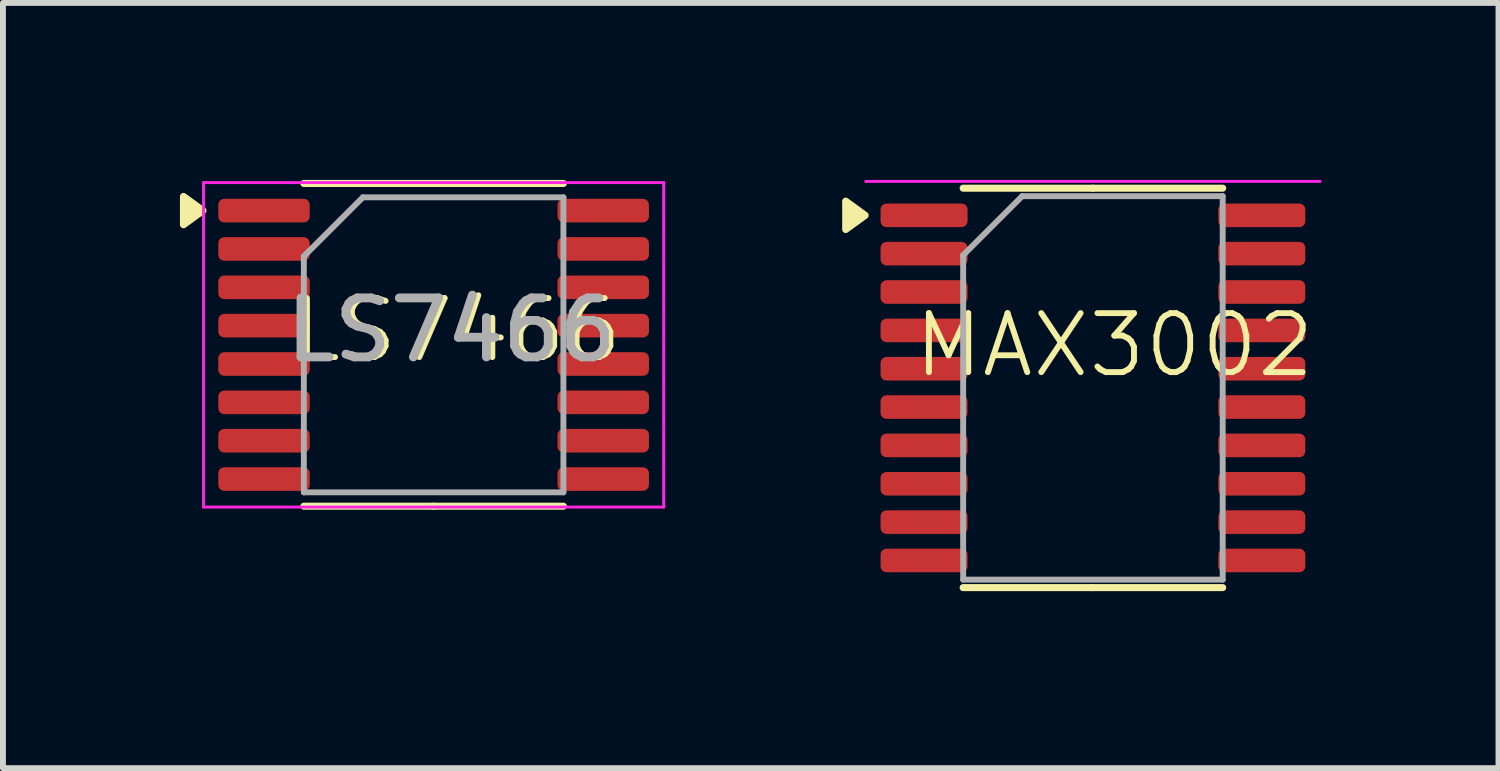
<source format=kicad_pcb>
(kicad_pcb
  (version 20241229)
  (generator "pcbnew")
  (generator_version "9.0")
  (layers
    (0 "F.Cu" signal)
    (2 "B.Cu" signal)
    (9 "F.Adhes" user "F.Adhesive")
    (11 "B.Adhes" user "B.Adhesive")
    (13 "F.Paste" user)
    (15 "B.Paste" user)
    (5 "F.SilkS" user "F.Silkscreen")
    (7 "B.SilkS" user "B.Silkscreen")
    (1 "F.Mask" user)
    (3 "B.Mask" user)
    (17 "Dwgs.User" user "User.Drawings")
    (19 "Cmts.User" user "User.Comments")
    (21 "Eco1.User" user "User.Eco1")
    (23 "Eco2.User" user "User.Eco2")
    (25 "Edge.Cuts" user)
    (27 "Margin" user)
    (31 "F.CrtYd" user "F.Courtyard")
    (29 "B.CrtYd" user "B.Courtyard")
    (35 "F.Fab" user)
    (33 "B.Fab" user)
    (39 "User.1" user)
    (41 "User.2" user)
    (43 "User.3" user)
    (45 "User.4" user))
  (footprint "LS7466"
    (layer "F.Cu")
    (at 4.1 3.045)
    (property "Reference" "LS7466" (at 0.6 -0.5 0) (unlocked yes) (layer "F.SilkS") (effects (font (size 1 1) (thickness 0.1))))
    (attr smd)
    (fp_line (start 0.2 -2.985) (end -2 -2.985) (stroke (width 0.12) (type solid)) (layer "F.SilkS"))
    (fp_line (start 0.2 -2.985) (end 2.4 -2.985) (stroke (width 0.12) (type solid)) (layer "F.SilkS"))
    (fp_line (start 0.2 2.485) (end -2 2.485) (stroke (width 0.12) (type solid)) (layer "F.SilkS"))
    (fp_line (start 0.2 2.485) (end 2.4 2.485) (stroke (width 0.12) (type solid)) (layer "F.SilkS"))
    (fp_poly (pts (xy -3.71 -2.525) (xy -4.04 -2.765) (xy -4.04 -2.285) (xy -3.71 -2.525)) (stroke (width 0.12) (type solid)) (fill yes) (layer "F.SilkS"))
    (fp_line (start -3.7 -3) (end -3.7 2.5) (stroke (width 0.05) (type solid)) (layer "F.CrtYd"))
    (fp_line (start -3.7 2.5) (end 4.1 2.5) (stroke (width 0.05) (type solid)) (layer "F.CrtYd"))
    (fp_line (start 4.1 -3) (end -3.7 -3) (stroke (width 0.05) (type solid)) (layer "F.CrtYd"))
    (fp_line (start 4.1 2.5) (end 4.1 -3) (stroke (width 0.05) (type solid)) (layer "F.CrtYd"))
    (fp_line (start -2 -1.75) (end -1 -2.75) (stroke (width 0.1) (type solid)) (layer "F.Fab"))
    (fp_line (start -2 2.25) (end -2 -1.75) (stroke (width 0.1) (type solid)) (layer "F.Fab"))
    (fp_line (start -1 -2.75) (end 2.4 -2.75) (stroke (width 0.1) (type solid)) (layer "F.Fab"))
    (fp_line (start 2.4 -2.75) (end 2.4 2.25) (stroke (width 0.1) (type solid)) (layer "F.Fab"))
    (fp_line (start 2.4 2.25) (end -2 2.25) (stroke (width 0.1) (type solid)) (layer "F.Fab"))
    (fp_text user "${REFERENCE}" (at 0.5 -0.5 0) (layer "F.Fab") (effects (font (size 1 1) (thickness 0.15))))
    (pad "1" smd roundrect (at -2.675 -2.525) (size 1.55 0.4) (layers "F.Cu" "F.Mask" "F.Paste") (roundrect_rratio 0.25))
    (pad "2" smd roundrect (at -2.675 -1.875) (size 1.55 0.4) (layers "F.Cu" "F.Mask" "F.Paste") (roundrect_rratio 0.25))
    (pad "3" smd roundrect (at -2.675 -1.225) (size 1.55 0.4) (layers "F.Cu" "F.Mask" "F.Paste") (roundrect_rratio 0.25))
    (pad "4" smd roundrect (at -2.675 -0.575) (size 1.55 0.4) (layers "F.Cu" "F.Mask" "F.Paste") (roundrect_rratio 0.25))
    (pad "5" smd roundrect (at -2.675 0.075) (size 1.55 0.4) (layers "F.Cu" "F.Mask" "F.Paste") (roundrect_rratio 0.25))
    (pad "6" smd roundrect (at -2.675 0.725) (size 1.55 0.4) (layers "F.Cu" "F.Mask" "F.Paste") (roundrect_rratio 0.25))
    (pad "7" smd roundrect (at -2.675 1.375) (size 1.55 0.4) (layers "F.Cu" "F.Mask" "F.Paste") (roundrect_rratio 0.25))
    (pad "8" smd roundrect (at -2.675 2.025) (size 1.55 0.4) (layers "F.Cu" "F.Mask" "F.Paste") (roundrect_rratio 0.25))
    (pad "9" smd roundrect (at 3.075 2.025) (size 1.55 0.4) (layers "F.Cu" "F.Mask" "F.Paste") (roundrect_rratio 0.25))
    (pad "10" smd roundrect (at 3.075 1.375) (size 1.55 0.4) (layers "F.Cu" "F.Mask" "F.Paste") (roundrect_rratio 0.25))
    (pad "11" smd roundrect (at 3.075 0.725) (size 1.55 0.4) (layers "F.Cu" "F.Mask" "F.Paste") (roundrect_rratio 0.25))
    (pad "12" smd roundrect (at 3.075 0.075) (size 1.55 0.4) (layers "F.Cu" "F.Mask" "F.Paste") (roundrect_rratio 0.25))
    (pad "13" smd roundrect (at 3.075 -0.575) (size 1.55 0.4) (layers "F.Cu" "F.Mask" "F.Paste") (roundrect_rratio 0.25))
    (pad "14" smd roundrect (at 3.075 -1.225) (size 1.55 0.4) (layers "F.Cu" "F.Mask" "F.Paste") (roundrect_rratio 0.25))
    (pad "15" smd roundrect (at 3.075 -1.875) (size 1.55 0.4) (layers "F.Cu" "F.Mask" "F.Paste") (roundrect_rratio 0.25))
    (pad "16" smd roundrect (at 3.075 -2.525) (size 1.55 0.4) (layers "F.Cu" "F.Mask" "F.Paste") (roundrect_rratio 0.25)))
  (footprint "MAX3002"
    (layer "F.Cu")
    (at 15.838 3.3)
    (property "Reference" "MAX3002" (at 0 -0.5 0) (unlocked yes) (layer "F.SilkS") (effects (font (size 1 1) (thickness 0.1))))
    (attr smd)
    (fp_line (start -0.362 -3.16) (end -2.562 -3.16) (stroke (width 0.12) (type solid)) (layer "F.SilkS"))
    (fp_line (start -0.362 -3.16) (end 1.837 -3.16) (stroke (width 0.12) (type solid)) (layer "F.SilkS"))
    (fp_line (start -0.362 3.61) (end -2.562 3.61) (stroke (width 0.12) (type solid)) (layer "F.SilkS"))
    (fp_line (start -0.362 3.61) (end 1.837 3.61) (stroke (width 0.12) (type solid)) (layer "F.SilkS"))
    (fp_poly (pts (xy -4.223 -2.7) (xy -4.553 -2.94) (xy -4.553 -2.46) (xy -4.223 -2.7)) (stroke (width 0.12) (type solid)) (fill yes) (layer "F.SilkS"))
    (fp_line (start 3.487 -3.275) (end -4.213 -3.275) (stroke (width 0.05) (type solid)) (layer "F.CrtYd"))
    (fp_line (start -2.562 -2.025) (end -1.562 -3.025) (stroke (width 0.1) (type solid)) (layer "F.Fab"))
    (fp_line (start -2.562 3.475) (end -2.562 -2.025) (stroke (width 0.1) (type solid)) (layer "F.Fab"))
    (fp_line (start -1.562 -3.025) (end 1.837 -3.025) (stroke (width 0.1) (type solid)) (layer "F.Fab"))
    (fp_line (start 1.837 -3.025) (end 1.837 3.475) (stroke (width 0.1) (type solid)) (layer "F.Fab"))
    (fp_line (start 1.837 3.475) (end -2.562 3.475) (stroke (width 0.1) (type solid)) (layer "F.Fab"))
    (pad "1" smd roundrect (at -3.225 -2.7) (size 1.475 0.4) (layers "F.Cu" "F.Mask" "F.Paste") (roundrect_rratio 0.25))
    (pad "2" smd roundrect (at -3.225 -2.05) (size 1.475 0.4) (layers "F.Cu" "F.Mask" "F.Paste") (roundrect_rratio 0.25))
    (pad "3" smd roundrect (at -3.225 -1.4) (size 1.475 0.4) (layers "F.Cu" "F.Mask" "F.Paste") (roundrect_rratio 0.25))
    (pad "4" smd roundrect (at -3.225 -0.75) (size 1.475 0.4) (layers "F.Cu" "F.Mask" "F.Paste") (roundrect_rratio 0.25))
    (pad "5" smd roundrect (at -3.225 -0.1) (size 1.475 0.4) (layers "F.Cu" "F.Mask" "F.Paste") (roundrect_rratio 0.25))
    (pad "6" smd roundrect (at -3.225 0.55) (size 1.475 0.4) (layers "F.Cu" "F.Mask" "F.Paste") (roundrect_rratio 0.25))
    (pad "7" smd roundrect (at -3.225 1.2) (size 1.475 0.4) (layers "F.Cu" "F.Mask" "F.Paste") (roundrect_rratio 0.25))
    (pad "8" smd roundrect (at -3.225 1.85) (size 1.475 0.4) (layers "F.Cu" "F.Mask" "F.Paste") (roundrect_rratio 0.25))
    (pad "9" smd roundrect (at -3.225 2.5) (size 1.475 0.4) (layers "F.Cu" "F.Mask" "F.Paste") (roundrect_rratio 0.25))
    (pad "10" smd roundrect (at -3.225 3.15) (size 1.475 0.4) (layers "F.Cu" "F.Mask" "F.Paste") (roundrect_rratio 0.25))
    (pad "11" smd roundrect (at 2.5 3.15) (size 1.475 0.4) (layers "F.Cu" "F.Mask" "F.Paste") (roundrect_rratio 0.25))
    (pad "12" smd roundrect (at 2.5 2.5) (size 1.475 0.4) (layers "F.Cu" "F.Mask" "F.Paste") (roundrect_rratio 0.25))
    (pad "13" smd roundrect (at 2.5 1.85) (size 1.475 0.4) (layers "F.Cu" "F.Mask" "F.Paste") (roundrect_rratio 0.25))
    (pad "14" smd roundrect (at 2.5 1.2) (size 1.475 0.4) (layers "F.Cu" "F.Mask" "F.Paste") (roundrect_rratio 0.25))
    (pad "15" smd roundrect (at 2.5 0.55) (size 1.475 0.4) (layers "F.Cu" "F.Mask" "F.Paste") (roundrect_rratio 0.25))
    (pad "16" smd roundrect (at 2.5 -0.1) (size 1.475 0.4) (layers "F.Cu" "F.Mask" "F.Paste") (roundrect_rratio 0.25))
    (pad "17" smd roundrect (at 2.5 -0.75) (size 1.475 0.4) (layers "F.Cu" "F.Mask" "F.Paste") (roundrect_rratio 0.25))
    (pad "18" smd roundrect (at 2.5 -1.4) (size 1.475 0.4) (layers "F.Cu" "F.Mask" "F.Paste") (roundrect_rratio 0.25))
    (pad "19" smd roundrect (at 2.5 -2.05) (size 1.475 0.4) (layers "F.Cu" "F.Mask" "F.Paste") (roundrect_rratio 0.25))
    (pad "20" smd roundrect (at 2.5 -2.7) (size 1.475 0.4) (layers "F.Cu" "F.Mask" "F.Paste") (roundrect_rratio 0.25)))
  (gr_rect
    (start -3 -3)
    (end 22.35 9.97)
    (stroke (width 0.1) (type default))
    (fill no)
    (layer "Edge.Cuts")))
</source>
